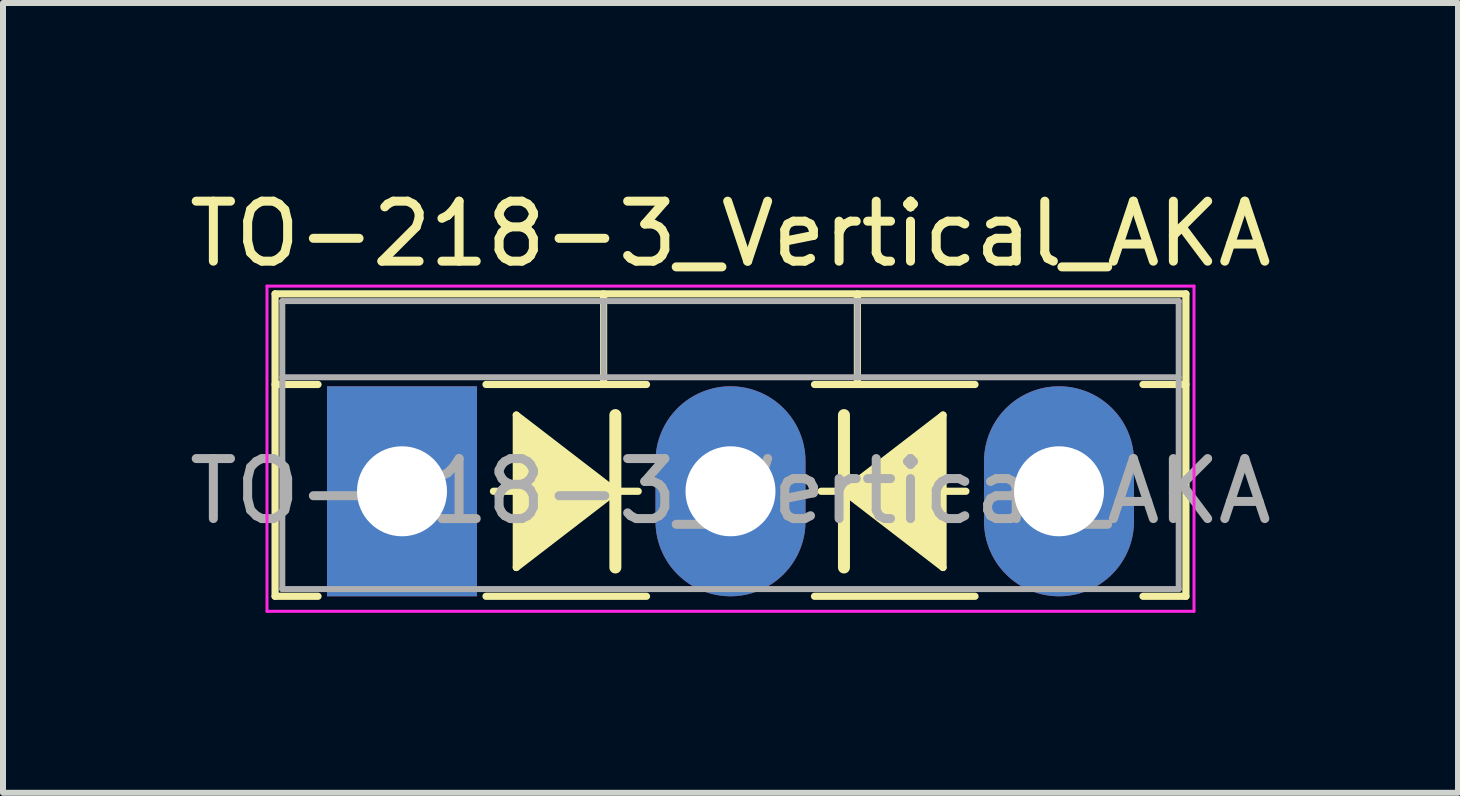
<source format=kicad_pcb>
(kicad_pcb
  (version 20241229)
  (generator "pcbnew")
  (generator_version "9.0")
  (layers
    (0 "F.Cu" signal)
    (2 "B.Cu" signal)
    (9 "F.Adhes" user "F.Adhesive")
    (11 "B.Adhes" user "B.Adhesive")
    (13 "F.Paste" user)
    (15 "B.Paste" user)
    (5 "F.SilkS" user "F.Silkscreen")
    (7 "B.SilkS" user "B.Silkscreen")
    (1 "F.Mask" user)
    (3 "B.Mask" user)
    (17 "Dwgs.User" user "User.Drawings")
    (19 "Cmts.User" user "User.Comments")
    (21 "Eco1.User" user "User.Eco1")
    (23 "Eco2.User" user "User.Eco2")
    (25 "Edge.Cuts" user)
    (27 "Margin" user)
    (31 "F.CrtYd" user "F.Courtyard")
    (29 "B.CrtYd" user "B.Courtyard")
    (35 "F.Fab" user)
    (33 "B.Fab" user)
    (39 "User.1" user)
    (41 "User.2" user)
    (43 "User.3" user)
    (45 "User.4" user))
  (footprint "TO-218-3_Vertical_AKA"
    (layer "F.Cu")
    (at 3.65 5.138)
    (property "Reference" "TO-218-3_Vertical_AKA" (at 5.475 -4.29 0) (layer "F.SilkS") (effects (font (size 1 1) (thickness 0.15))))
    (fp_line (start -2.115 -3.29) (end -2.115 1.75) (stroke (width 0.12) (type solid)) (layer "F.SilkS"))
    (fp_line (start -2.115 -3.29) (end 13.065 -3.29) (stroke (width 0.12) (type solid)) (layer "F.SilkS"))
    (fp_line (start -2.115 -1.78) (end -1.4 -1.78) (stroke (width 0.12) (type solid)) (layer "F.SilkS"))
    (fp_line (start -2.115 1.75) (end -1.4 1.75) (stroke (width 0.12) (type solid)) (layer "F.SilkS"))
    (fp_line (start 1.4 -1.78) (end 4.075 -1.78) (stroke (width 0.12) (type solid)) (layer "F.SilkS"))
    (fp_line (start 1.4 1.75) (end 4.075 1.75) (stroke (width 0.12) (type solid)) (layer "F.SilkS"))
    (fp_line (start 1.524 0) (end 1.905 0) (stroke (width 0.12) (type solid)) (layer "F.SilkS"))
    (fp_line (start 1.905 -1.27) (end 1.905 1.27) (stroke (width 0.12) (type solid)) (layer "F.SilkS"))
    (fp_line (start 1.905 1.27) (end 3.556 0) (stroke (width 0.12) (type solid)) (layer "F.SilkS"))
    (fp_line (start 3.36 -3.29) (end 3.36 -1.78) (stroke (width 0.12) (type solid)) (layer "F.SilkS"))
    (fp_line (start 3.556 0) (end 1.905 -1.27) (stroke (width 0.12) (type solid)) (layer "F.SilkS"))
    (fp_line (start 3.556 0) (end 3.556 -1.27) (stroke (width 0.2) (type solid)) (layer "F.SilkS"))
    (fp_line (start 3.556 1.27) (end 3.556 0) (stroke (width 0.2) (type solid)) (layer "F.SilkS"))
    (fp_line (start 3.937 0) (end 3.556 0) (stroke (width 0.12) (type solid)) (layer "F.SilkS"))
    (fp_line (start 6.875 -1.78) (end 9.55 -1.78) (stroke (width 0.12) (type solid)) (layer "F.SilkS"))
    (fp_line (start 6.875 1.75) (end 9.55 1.75) (stroke (width 0.12) (type solid)) (layer "F.SilkS"))
    (fp_line (start 6.985 0) (end 7.366 0) (stroke (width 0.12) (type solid)) (layer "F.SilkS"))
    (fp_line (start 7.366 -1.27) (end 7.366 0) (stroke (width 0.2) (type solid)) (layer "F.SilkS"))
    (fp_line (start 7.366 0) (end 7.366 1.27) (stroke (width 0.2) (type solid)) (layer "F.SilkS"))
    (fp_line (start 7.366 0) (end 9.017 1.27) (stroke (width 0.12) (type solid)) (layer "F.SilkS"))
    (fp_line (start 7.59 -3.29) (end 7.59 -1.78) (stroke (width 0.12) (type solid)) (layer "F.SilkS"))
    (fp_line (start 9.017 -1.27) (end 7.366 0) (stroke (width 0.12) (type solid)) (layer "F.SilkS"))
    (fp_line (start 9.017 1.27) (end 9.017 -1.27) (stroke (width 0.12) (type solid)) (layer "F.SilkS"))
    (fp_line (start 9.398 0) (end 9.017 0) (stroke (width 0.12) (type solid)) (layer "F.SilkS"))
    (fp_line (start 12.35 -1.78) (end 13.065 -1.78) (stroke (width 0.12) (type solid)) (layer "F.SilkS"))
    (fp_line (start 12.35 1.75) (end 13.065 1.75) (stroke (width 0.12) (type solid)) (layer "F.SilkS"))
    (fp_line (start 13.065 -3.29) (end 13.065 1.75) (stroke (width 0.12) (type solid)) (layer "F.SilkS"))
    (fp_poly (pts (xy 3.556 0) (xy 1.905 1.27) (xy 1.905 -1.27)) (stroke (width 0.1) (type solid)) (fill yes) (layer "F.SilkS"))
    (fp_poly (pts (xy 9.017 1.27) (xy 7.366 0) (xy 9.017 -1.27)) (stroke (width 0.1) (type solid)) (fill yes) (layer "F.SilkS"))
    (fp_line (start -2.25 -3.42) (end -2.25 2) (stroke (width 0.05) (type solid)) (layer "F.CrtYd"))
    (fp_line (start -2.25 2) (end 13.2 2) (stroke (width 0.05) (type solid)) (layer "F.CrtYd"))
    (fp_line (start 13.2 -3.42) (end -2.25 -3.42) (stroke (width 0.05) (type solid)) (layer "F.CrtYd"))
    (fp_line (start 13.2 2) (end 13.2 -3.42) (stroke (width 0.05) (type solid)) (layer "F.CrtYd"))
    (fp_line (start -1.995 -3.17) (end -1.995 1.63) (stroke (width 0.1) (type solid)) (layer "F.Fab"))
    (fp_line (start -1.995 -1.9) (end 12.945 -1.9) (stroke (width 0.1) (type solid)) (layer "F.Fab"))
    (fp_line (start -1.995 1.63) (end 12.945 1.63) (stroke (width 0.1) (type solid)) (layer "F.Fab"))
    (fp_line (start 3.36 -3.17) (end 3.36 -1.9) (stroke (width 0.1) (type solid)) (layer "F.Fab"))
    (fp_line (start 7.59 -3.17) (end 7.59 -1.9) (stroke (width 0.1) (type solid)) (layer "F.Fab"))
    (fp_line (start 12.945 -3.17) (end -1.995 -3.17) (stroke (width 0.1) (type solid)) (layer "F.Fab"))
    (fp_line (start 12.945 1.63) (end 12.945 -3.17) (stroke (width 0.1) (type solid)) (layer "F.Fab"))
    (fp_text user "${REFERENCE}" (at 5.475 0 0) (layer "F.Fab") (effects (font (size 1 1) (thickness 0.15))))
    (pad "1" thru_hole rect (at 0 0) (size 2.5 3.5) (drill 1.5) (layers "*.Cu" "*.Mask"))
    (pad "2" thru_hole oval (at 5.475 0) (size 2.5 3.5) (drill 1.5) (layers "*.Cu" "*.Mask"))
    (pad "3" thru_hole oval (at 10.95 0) (size 2.5 3.5) (drill 1.5) (layers "*.Cu" "*.Mask")))
  (gr_rect
    (start -3 -3)
    (end 21.25 10.163)
    (stroke (width 0.1) (type default))
    (fill no)
    (layer "Edge.Cuts")))
</source>
